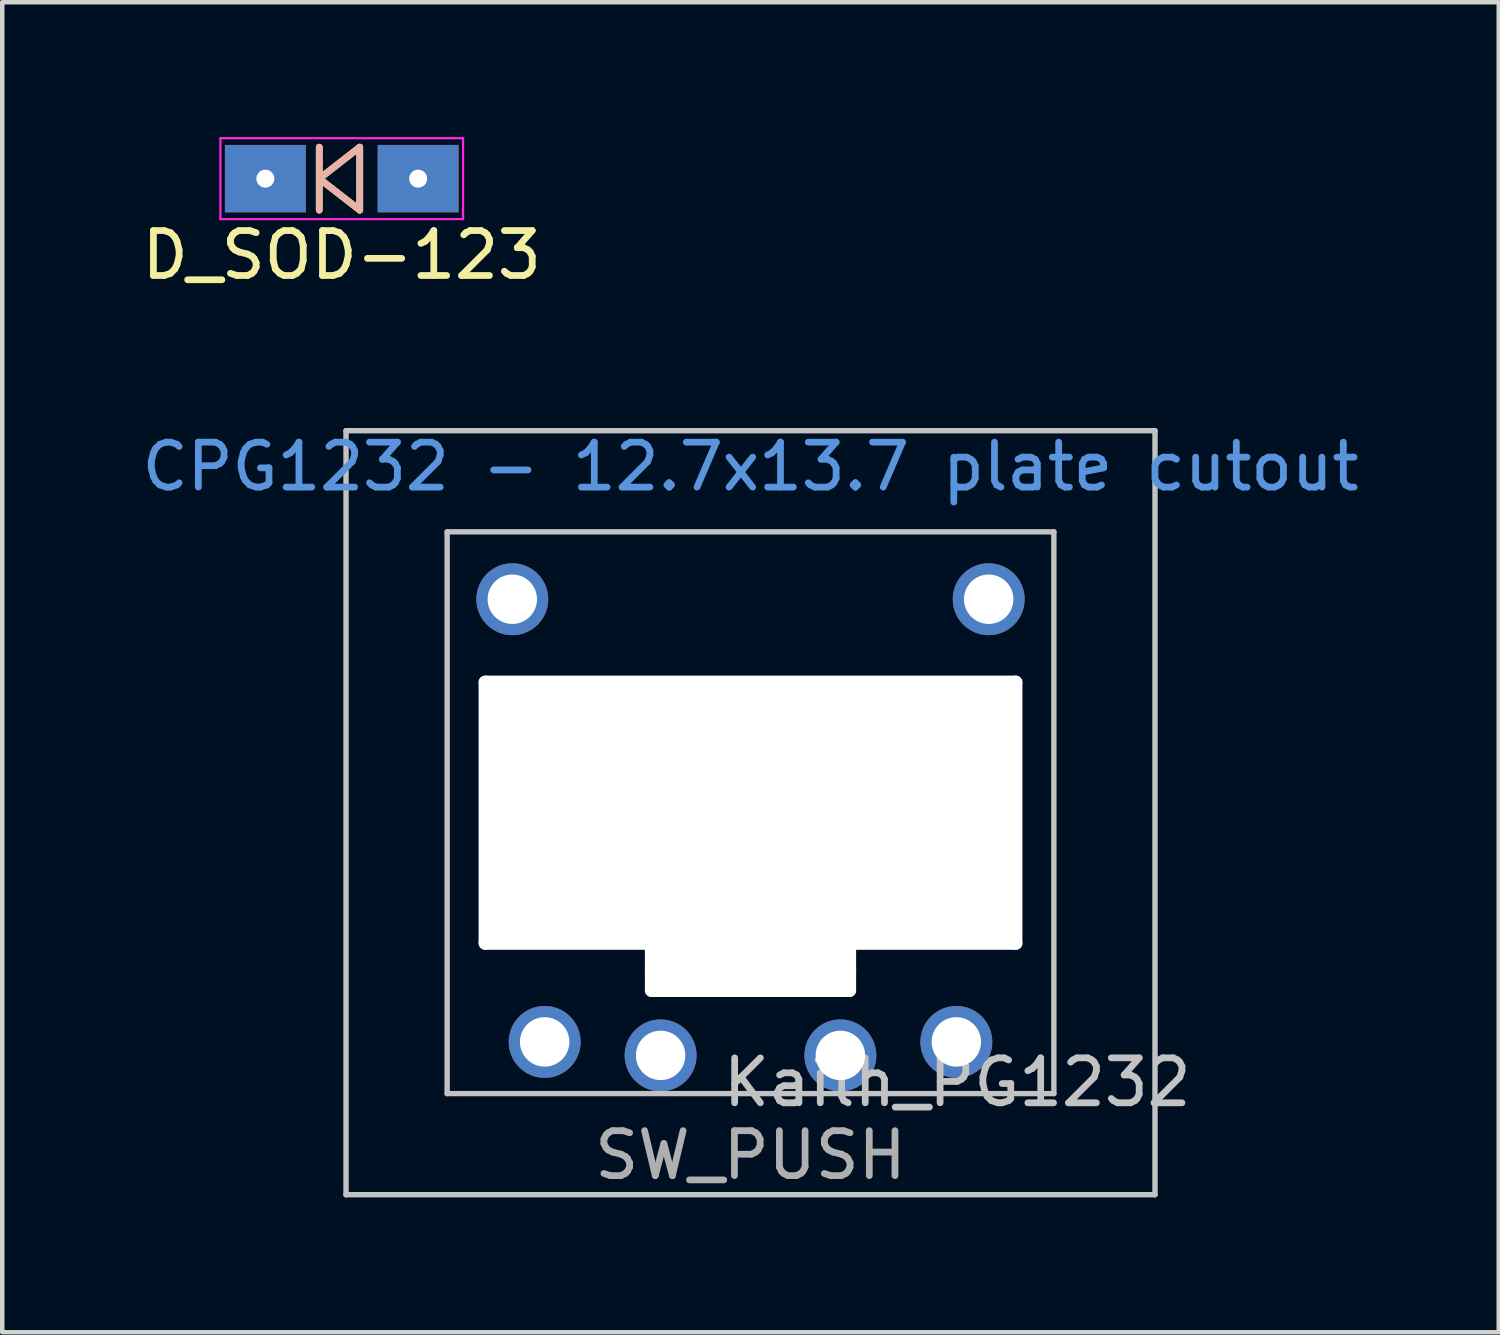
<source format=kicad_pcb>
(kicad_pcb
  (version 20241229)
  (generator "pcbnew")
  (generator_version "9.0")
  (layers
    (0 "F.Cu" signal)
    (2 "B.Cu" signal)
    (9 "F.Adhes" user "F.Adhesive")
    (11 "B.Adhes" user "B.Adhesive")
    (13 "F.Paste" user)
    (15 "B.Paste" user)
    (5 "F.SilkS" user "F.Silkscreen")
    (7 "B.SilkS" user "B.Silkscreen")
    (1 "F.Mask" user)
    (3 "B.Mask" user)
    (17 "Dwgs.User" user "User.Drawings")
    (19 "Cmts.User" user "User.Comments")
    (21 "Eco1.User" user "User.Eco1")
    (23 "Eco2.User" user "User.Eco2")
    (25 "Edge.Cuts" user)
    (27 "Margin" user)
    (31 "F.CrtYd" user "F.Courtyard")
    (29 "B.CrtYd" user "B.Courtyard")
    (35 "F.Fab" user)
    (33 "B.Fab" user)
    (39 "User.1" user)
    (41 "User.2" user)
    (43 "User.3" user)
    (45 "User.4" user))
  (footprint "Kailh_PG1232"
    (layer "F.Cu")
    (at 13.649 15.033)
    (property "Reference" "Kailh_PG1232" (at 4.6 6 0) (layer "Dwgs.User") (effects (font (size 1 1) (thickness 0.15))))
    (property "Value" "SW_PUSH" (at -0.5 6 0) (layer "Dwgs.User") (hide yes) (effects (font (size 1 1) (thickness 0.15))))
    (attr through_hole)
    (fp_line (start -9 -8.5) (end -9 8.5) (stroke (width 0.12) (type solid)) (layer "Dwgs.User"))
    (fp_line (start -9 8.5) (end 9 8.5) (stroke (width 0.12) (type solid)) (layer "Dwgs.User"))
    (fp_line (start -6.75 -6.25) (end 6.75 -6.25) (stroke (width 0.12) (type solid)) (layer "Dwgs.User"))
    (fp_line (start -6.75 6.25) (end -6.75 -6.25) (stroke (width 0.12) (type solid)) (layer "Dwgs.User"))
    (fp_line (start -5.95 -2.95) (end 5.95 -2.95) (stroke (width 0.12) (type solid)) (layer "Dwgs.User"))
    (fp_line (start -5.95 2.95) (end -5.95 -2.95) (stroke (width 0.12) (type solid)) (layer "Dwgs.User"))
    (fp_line (start -2.25 2.95) (end -5.95 2.95) (stroke (width 0.12) (type solid)) (layer "Dwgs.User"))
    (fp_line (start -2.25 2.95) (end -2.25 4) (stroke (width 0.12) (type solid)) (layer "Dwgs.User"))
    (fp_line (start -2.25 4) (end 2.25 4) (stroke (width 0.12) (type solid)) (layer "Dwgs.User"))
    (fp_line (start 2.25 2.95) (end 5.95 2.95) (stroke (width 0.12) (type solid)) (layer "Dwgs.User"))
    (fp_line (start 2.25 4) (end 2.25 2.95) (stroke (width 0.12) (type solid)) (layer "Dwgs.User"))
    (fp_line (start 5.95 -2.95) (end 5.95 2.95) (stroke (width 0.12) (type solid)) (layer "Dwgs.User"))
    (fp_line (start 6.75 -6.25) (end 6.75 6.25) (stroke (width 0.12) (type solid)) (layer "Dwgs.User"))
    (fp_line (start 6.75 6.25) (end -6.75 6.25) (stroke (width 0.12) (type solid)) (layer "Dwgs.User"))
    (fp_line (start 9 -8.5) (end -9 -8.5) (stroke (width 0.12) (type solid)) (layer "Dwgs.User"))
    (fp_line (start 9 8.5) (end 9 -8.5) (stroke (width 0.12) (type solid)) (layer "Dwgs.User"))
    (fp_text user "CPG1232 - 12.7x13.7 plate cutout" (at 0 -7.7 0) (layer "Cmts.User") (effects (font (size 1 1) (thickness 0.15))))
    (fp_text user "${REFERENCE}" (at 0 0 0) (layer "F.Fab") (effects (font (size 1 1) (thickness 0.15))))
    (fp_text user "${VALUE}" (at 0 7.62 0) (layer "F.Fab") (effects (font (size 1 1) (thickness 0.15))))
    (pad "" np_thru_hole oval (at -5.9 0 90) (size 6.1 0.3) (drill oval 6.1 0.3) (layers "*.Cu" "*.Mask"))
    (pad "" np_thru_hole oval (at -5.36 0) (size 1 5.9) (drill oval 1 5.9) (layers "*.Cu" "*.Mask"))
    (pad "" np_thru_hole oval (at -4.59 0) (size 1 5.9) (drill oval 1 5.9) (layers "*.Cu" "*.Mask"))
    (pad "" np_thru_hole oval (at -4.2 0) (size 1 5.9) (drill oval 1 5.9) (layers "*.Cu" "*.Mask"))
    (pad "" np_thru_hole oval (at -2.2 3.5 90) (size 1.2 0.3) (drill oval 1.2 0.3) (layers "*.Cu" "*.Mask"))
    (pad "" np_thru_hole oval (at 0 -2.9) (size 12.1 0.3) (drill oval 12.1 0.3) (layers "*.Cu" "*.Mask"))
    (pad "" np_thru_hole oval (at 0 0) (size 11.85 5.9) (drill oval 11.85 5.9) (layers "*.Cu" "*.Mask"))
    (pad "" np_thru_hole oval (at 0 2.9) (size 12.1 0.3) (drill oval 12.1 0.3) (layers "*.Cu" "*.Mask"))
    (pad "" np_thru_hole oval (at 0 3.5) (size 4.7 1) (drill oval 4.7 1) (layers "*.Cu" "*.Mask"))
    (pad "" np_thru_hole oval (at 0 3.95) (size 4.7 0.3) (drill oval 4.7 0.3) (layers "*.Cu" "*.Mask"))
    (pad "" np_thru_hole oval (at 2.2 3.5 90) (size 1.2 0.3) (drill oval 1.2 0.3) (layers "*.Cu" "*.Mask"))
    (pad "" np_thru_hole oval (at 4.2 0) (size 1 5.9) (drill oval 1 5.9) (layers "*.Cu" "*.Mask"))
    (pad "" np_thru_hole oval (at 4.59 0) (size 1 5.9) (drill oval 1 5.9) (layers "*.Cu" "*.Mask"))
    (pad "" np_thru_hole oval (at 5.36 0) (size 1 5.9) (drill oval 1 5.9) (layers "*.Cu" "*.Mask"))
    (pad "" np_thru_hole oval (at 5.9 0 90) (size 6.1 0.3) (drill oval 6.1 0.3) (layers "*.Cu" "*.Mask"))
    (pad "1" thru_hole circle (at -4.58 5.1) (size 1.6 1.6) (drill 1.1) (layers "*.Cu" "*.Mask"))
    (pad "1" thru_hole circle (at 4.58 5.1) (size 1.6 1.6) (drill 1.1) (layers "*.Cu" "*.Mask"))
    (pad "2" thru_hole circle (at -2 5.4) (size 1.6 1.6) (drill 1.1) (layers "*.Cu" "*.Mask"))
    (pad "2" thru_hole circle (at 2 5.4) (size 1.6 1.6) (drill 1.1) (layers "*.Cu" "*.Mask"))
    (pad "3" thru_hole circle (at 5.3 -4.75) (size 1.6 1.6) (drill 1.1) (layers "*.Cu" "*.Mask"))
    (pad "4" thru_hole circle (at -5.3 -4.75) (size 1.6 1.6) (drill 1.1) (layers "*.Cu" "*.Mask")))
  (footprint "D_SOD-123"
    (placed yes)
    (layer "F.Cu")
    (at 4.554 0.925)
    (property "Reference" "D_SOD-123" (at 0 1.7 0) (layer "F.SilkS") (effects (font (size 1 1) (thickness 0.15))))
    (attr through_hole)
    (fp_line (start -0.5 -0.7) (end -0.5 0.7) (stroke (width 0.15) (type solid)) (layer "F.SilkS"))
    (fp_line (start -0.5 0) (end 0.4 -0.7) (stroke (width 0.15) (type solid)) (layer "F.SilkS"))
    (fp_line (start 0.4 -0.7) (end 0.4 0.7) (stroke (width 0.15) (type solid)) (layer "F.SilkS"))
    (fp_line (start 0.4 0.7) (end -0.5 0) (stroke (width 0.15) (type solid)) (layer "F.SilkS"))
    (fp_line (start -0.5 -0.7) (end -0.5 0.7) (stroke (width 0.15) (type solid)) (layer "B.SilkS"))
    (fp_line (start -0.5 0) (end 0.4 -0.7) (stroke (width 0.15) (type solid)) (layer "B.SilkS"))
    (fp_line (start 0.4 -0.7) (end 0.4 0.7) (stroke (width 0.15) (type solid)) (layer "B.SilkS"))
    (fp_line (start 0.4 0.7) (end -0.5 0) (stroke (width 0.15) (type solid)) (layer "B.SilkS"))
    (fp_line (start -2.7 -0.9) (end -2.7 0.9) (stroke (width 0.05) (type solid)) (layer "F.CrtYd"))
    (fp_line (start -2.7 -0.9) (end 2.7 -0.9) (stroke (width 0.05) (type solid)) (layer "F.CrtYd"))
    (fp_line (start 2.7 -0.9) (end 2.7 0.9) (stroke (width 0.05) (type solid)) (layer "F.CrtYd"))
    (fp_line (start 2.7 0.9) (end -2.7 0.9) (stroke (width 0.05) (type solid)) (layer "F.CrtYd"))
    (pad "1" thru_hole rect (at -1.7 0) (size 1.8 1.5) (drill 0.4) (layers "*.Cu" "*.Mask"))
    (pad "2" thru_hole rect (at 1.7 0) (size 1.8 1.5) (drill 0.4) (layers "*.Cu" "*.Mask")))
  (gr_rect
    (start -3 -3)
    (end 30.298 26.593)
    (stroke (width 0.1) (type default))
    (fill no)
    (layer "Edge.Cuts")))
</source>
